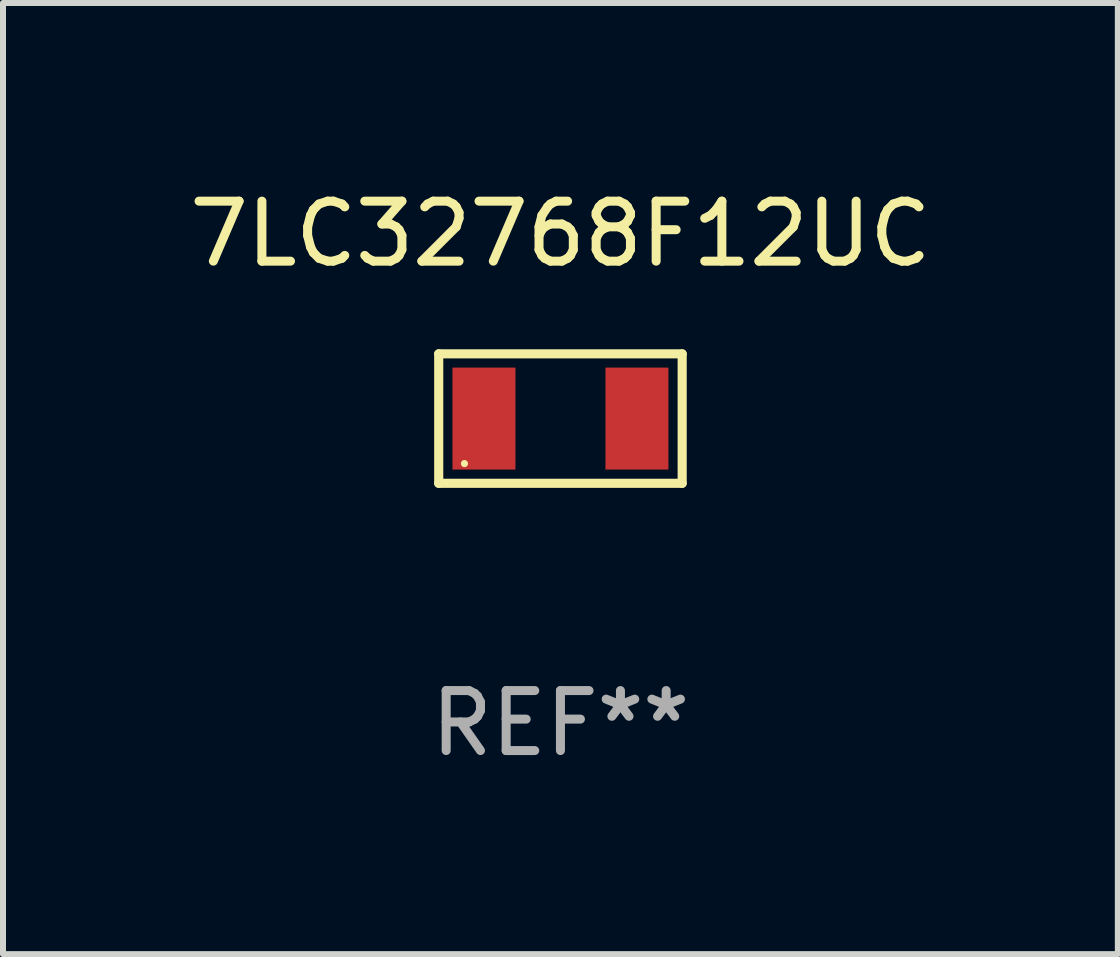
<source format=kicad_pcb>
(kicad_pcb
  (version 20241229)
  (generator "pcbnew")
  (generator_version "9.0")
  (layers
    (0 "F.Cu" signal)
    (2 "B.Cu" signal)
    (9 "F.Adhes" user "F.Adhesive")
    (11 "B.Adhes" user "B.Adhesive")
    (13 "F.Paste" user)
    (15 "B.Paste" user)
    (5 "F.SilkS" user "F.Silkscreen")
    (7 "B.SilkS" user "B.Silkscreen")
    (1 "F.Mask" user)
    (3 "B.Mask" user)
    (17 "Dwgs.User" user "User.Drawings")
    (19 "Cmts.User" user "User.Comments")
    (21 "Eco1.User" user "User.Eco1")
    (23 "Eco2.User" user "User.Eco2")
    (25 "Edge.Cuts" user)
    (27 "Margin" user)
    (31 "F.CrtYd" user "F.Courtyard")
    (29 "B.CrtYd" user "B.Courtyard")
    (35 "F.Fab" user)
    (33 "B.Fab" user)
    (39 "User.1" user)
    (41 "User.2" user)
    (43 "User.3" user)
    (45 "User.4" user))
  (footprint "7LC32768F12UC"
    (layer "F.Cu")
    (at 6.292 3.927)
    (property "Reference" "7LC32768F12UC" (at 0 -3.079 0) (layer "F.SilkS") (effects (font (size 1 1) (thickness 0.15))))
    (attr through_hole)
    (fp_line (start -2.029 -1.079) (end 2.029 -1.079) (stroke (width 0.152) (type solid)) (layer "F.SilkS"))
    (fp_line (start -2.029 1.079) (end -2.029 -1.079) (stroke (width 0.152) (type solid)) (layer "F.SilkS"))
    (fp_line (start 2.029 -1.079) (end 2.029 1.079) (stroke (width 0.152) (type solid)) (layer "F.SilkS"))
    (fp_line (start 2.029 1.079) (end -2.029 1.079) (stroke (width 0.152) (type solid)) (layer "F.SilkS"))
    (fp_circle (center -1.6 0.75) (end -1.57 0.75) (stroke (width 0.06) (type solid)) (fill no) (layer "F.SilkS"))
    (fp_text user "REF**" (at 0 5.079 0) (layer "F.Fab") (effects (font (size 1 1) (thickness 0.15))))
    (pad "1" smd rect (at -1.275 0) (size 1.05 1.7) (layers "F.Cu" "F.Mask" "F.Paste"))
    (pad "2" smd rect (at 1.275 0) (size 1.05 1.7) (layers "F.Cu" "F.Mask" "F.Paste")))
  (gr_rect
    (start -3 -3)
    (end 15.583 12.854)
    (stroke (width 0.1) (type default))
    (fill no)
    (layer "Edge.Cuts")))
</source>
